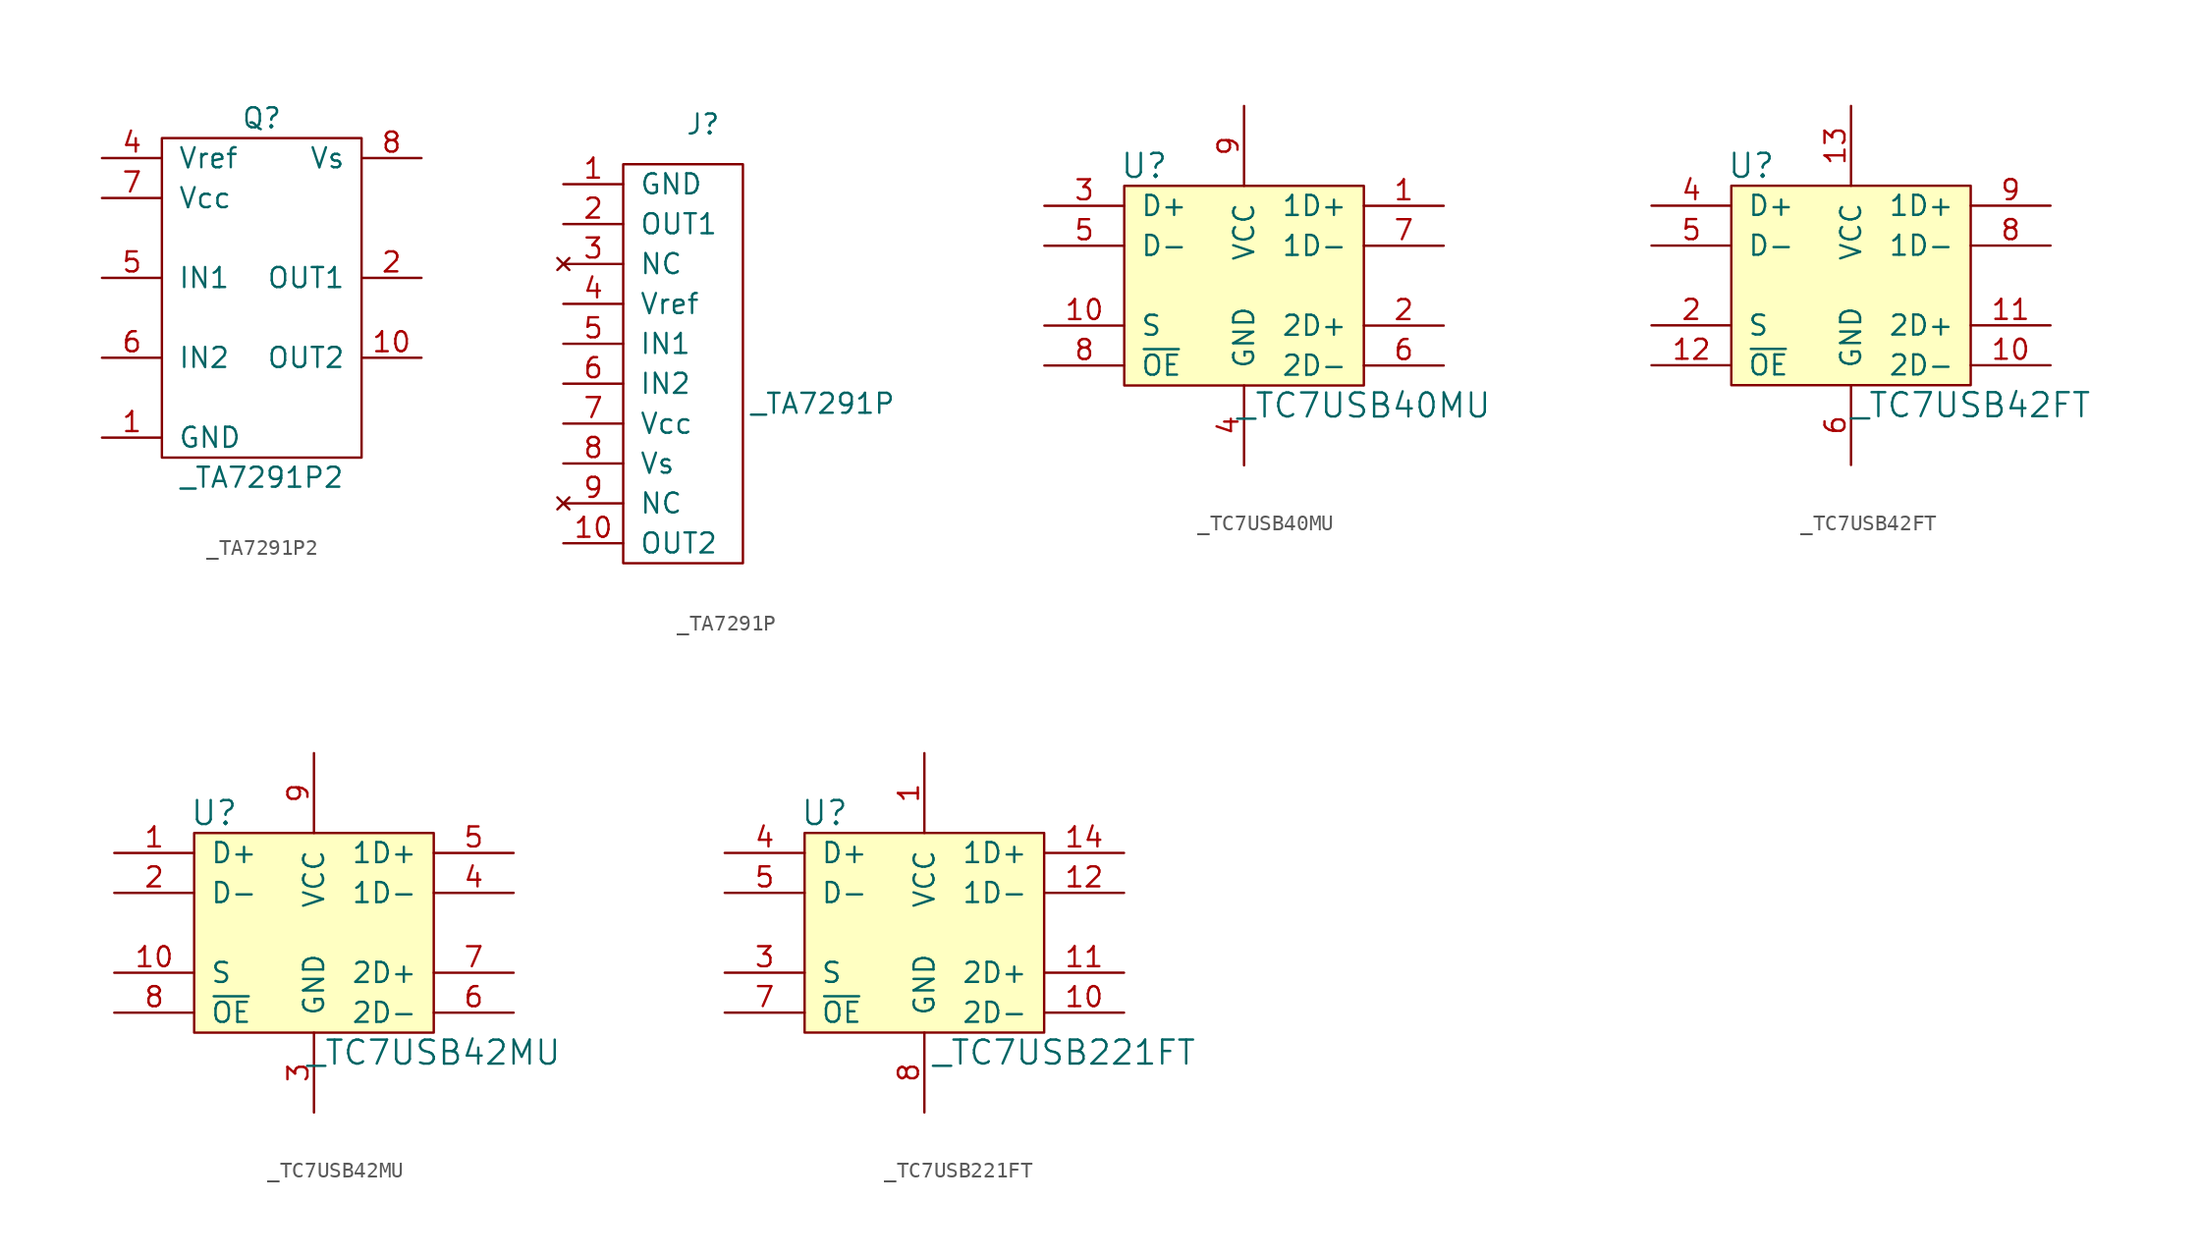
<source format=kicad_sym>
(kicad_symbol_lib
  (version 20220914)
  (generator kicad_symbol_editor)
  (symbol "_TA7291P2"
    (pin_names
      (offset 1.016))
    (property "Reference" "Q"
      (at 0 11.43 0)
      (effects (font (size 1.27 1.27))))
    (property "Value" "_TA7291P2"
      (at 0 -11.43 0)
      (effects (font (size 1.27 1.27))))
    (property "Footprint" ""
      (at 0 2.54 0)
      (effects (font (size 1.27 1.27))))
    (property "Datasheet" ""
      (at 0 2.54 0)
      (effects (font (size 1.27 1.27))))
    (symbol "_TA7291P2_1_1"
      (rectangle (start -6.35 10.16) (end 6.35 -10.16) (stroke (width 0) (type solid)) (fill (type none)))
      (pin passive line (at -10.16 -8.89 0) (length 3.81) (name "GND" (effects (font (size 1.27 1.27)))) (number "1" (effects (font (size 1.27 1.27)))))
      (pin passive line (at 10.16 -3.81 180) (length 3.81) (name "OUT2" (effects (font (size 1.27 1.27)))) (number "10" (effects (font (size 1.27 1.27)))))
      (pin passive line (at 10.16 1.27 180) (length 3.81) (name "OUT1" (effects (font (size 1.27 1.27)))) (number "2" (effects (font (size 1.27 1.27)))))
      (pin passive line (at -10.16 8.89 0) (length 3.81) (name "Vref" (effects (font (size 1.27 1.27)))) (number "4" (effects (font (size 1.27 1.27)))))
      (pin passive line (at -10.16 1.27 0) (length 3.81) (name "IN1" (effects (font (size 1.27 1.27)))) (number "5" (effects (font (size 1.27 1.27)))))
      (pin passive line (at -10.16 -3.81 0) (length 3.81) (name "IN2" (effects (font (size 1.27 1.27)))) (number "6" (effects (font (size 1.27 1.27)))))
      (pin passive line (at -10.16 6.35 0) (length 3.81) (name "Vcc" (effects (font (size 1.27 1.27)))) (number "7" (effects (font (size 1.27 1.27)))))
      (pin passive line (at 10.16 8.89 180) (length 3.81) (name "Vs" (effects (font (size 1.27 1.27)))) (number "8" (effects (font (size 1.27 1.27)))))))
  (symbol "_TA7291P"
    (pin_names
      (offset 1.016))
    (property "Reference" "J"
      (at 0 15.24 0)
      (effects (font (size 1.27 1.27))))
    (property "Value" "_TA7291P"
      (at 7.62 -2.54 0)
      (effects (font (size 1.27 1.27))))
    (property "Footprint" ""
      (at 0 0 0)
      (effects (font (size 1.27 1.27))))
    (property "Datasheet" ""
      (at 0 0 0)
      (effects (font (size 1.27 1.27))))
    (symbol "_TA7291P_0_1"
      (rectangle (start -5.08 12.7) (end 2.54 -12.7) (stroke (width 0) (type solid)) (fill (type none))))
    (symbol "_TA7291P_1_1"
      (pin passive line (at -8.89 11.43 0) (length 3.81) (name "GND" (effects (font (size 1.27 1.27)))) (number "1" (effects (font (size 1.27 1.27)))))
      (pin passive line (at -8.89 -11.43 0) (length 3.81) (name "OUT2" (effects (font (size 1.27 1.27)))) (number "10" (effects (font (size 1.27 1.27)))))
      (pin passive line (at -8.89 8.89 0) (length 3.81) (name "OUT1" (effects (font (size 1.27 1.27)))) (number "2" (effects (font (size 1.27 1.27)))))
      (pin no_connect line (at -8.89 6.35 0) (length 3.81) (name "NC" (effects (font (size 1.27 1.27)))) (number "3" (effects (font (size 1.27 1.27)))))
      (pin passive line (at -8.89 3.81 0) (length 3.81) (name "Vref" (effects (font (size 1.27 1.27)))) (number "4" (effects (font (size 1.27 1.27)))))
      (pin passive line (at -8.89 1.27 0) (length 3.81) (name "IN1" (effects (font (size 1.27 1.27)))) (number "5" (effects (font (size 1.27 1.27)))))
      (pin passive line (at -8.89 -1.27 0) (length 3.81) (name "IN2" (effects (font (size 1.27 1.27)))) (number "6" (effects (font (size 1.27 1.27)))))
      (pin passive line (at -8.89 -3.81 0) (length 3.81) (name "Vcc" (effects (font (size 1.27 1.27)))) (number "7" (effects (font (size 1.27 1.27)))))
      (pin passive line (at -8.89 -6.35 0) (length 3.81) (name "Vs" (effects (font (size 1.27 1.27)))) (number "8" (effects (font (size 1.27 1.27)))))
      (pin no_connect line (at -8.89 -8.89 0) (length 3.81) (name "NC" (effects (font (size 1.27 1.27)))) (number "9" (effects (font (size 1.27 1.27)))))))
  (symbol "_TC7USB40MU"
    (pin_names
      (offset 1.016))
    (property "Reference" "U"
      (at -6.35 7.62 0)
      (effects (font (size 1.524 1.524))))
    (property "Value" "_TC7USB40MU"
      (at 7.62 -7.62 0)
      (effects (font (size 1.524 1.524))))
    (symbol "_TC7USB40MU_0_1"
      (rectangle (start -7.62 6.35) (end 7.62 -6.35) (stroke (width 0) (type solid)) (fill (type background))))
    (symbol "_TC7USB40MU_1_1"
      (pin input line (at 12.7 5.08 180) (length 5.08) (name "1D+" (effects (font (size 1.27 1.27)))) (number "1" (effects (font (size 1.27 1.27)))))
      (pin input line (at -12.7 -2.54 0) (length 5.08) (name "S" (effects (font (size 1.27 1.27)))) (number "10" (effects (font (size 1.27 1.27)))))
      (pin input line (at 12.7 -2.54 180) (length 5.08) (name "2D+" (effects (font (size 1.27 1.27)))) (number "2" (effects (font (size 1.27 1.27)))))
      (pin input line (at -12.7 5.08 0) (length 5.08) (name "D+" (effects (font (size 1.27 1.27)))) (number "3" (effects (font (size 1.27 1.27)))))
      (pin input line (at 0 -11.43 90) (length 5.08) (name "GND" (effects (font (size 1.27 1.27)))) (number "4" (effects (font (size 1.27 1.27)))))
      (pin input line (at -12.7 2.54 0) (length 5.08) (name "D-" (effects (font (size 1.27 1.27)))) (number "5" (effects (font (size 1.27 1.27)))))
      (pin input line (at 12.7 -5.08 180) (length 5.08) (name "2D-" (effects (font (size 1.27 1.27)))) (number "6" (effects (font (size 1.27 1.27)))))
      (pin input line (at 12.7 2.54 180) (length 5.08) (name "1D-" (effects (font (size 1.27 1.27)))) (number "7" (effects (font (size 1.27 1.27)))))
      (pin input line (at -12.7 -5.08 0) (length 5.08) (name "~{OE}" (effects (font (size 1.27 1.27)))) (number "8" (effects (font (size 1.27 1.27)))))
      (pin input line (at 0 11.43 270) (length 5.08) (name "VCC" (effects (font (size 1.27 1.27)))) (number "9" (effects (font (size 1.27 1.27)))))))
  (symbol "_TC7USB42FT"
    (pin_names
      (offset 1.016))
    (property "Reference" "U"
      (at -6.35 7.62 0)
      (effects (font (size 1.524 1.524))))
    (property "Value" "_TC7USB42FT"
      (at 7.62 -7.62 0)
      (effects (font (size 1.524 1.524))))
    (symbol "_TC7USB42FT_0_1"
      (rectangle (start -7.62 6.35) (end 7.62 -6.35) (stroke (width 0) (type solid)) (fill (type background))))
    (symbol "_TC7USB42FT_1_1"
      (pin input line (at 12.7 -5.08 180) (length 5.08) (name "2D-" (effects (font (size 1.27 1.27)))) (number "10" (effects (font (size 1.27 1.27)))))
      (pin input line (at 12.7 -2.54 180) (length 5.08) (name "2D+" (effects (font (size 1.27 1.27)))) (number "11" (effects (font (size 1.27 1.27)))))
      (pin input line (at -12.7 -5.08 0) (length 5.08) (name "~{OE}" (effects (font (size 1.27 1.27)))) (number "12" (effects (font (size 1.27 1.27)))))
      (pin input line (at 0 11.43 270) (length 5.08) (name "VCC" (effects (font (size 1.27 1.27)))) (number "13" (effects (font (size 1.27 1.27)))))
      (pin input line (at -12.7 -2.54 0) (length 5.08) (name "S" (effects (font (size 1.27 1.27)))) (number "2" (effects (font (size 1.27 1.27)))))
      (pin input line (at -12.7 5.08 0) (length 5.08) (name "D+" (effects (font (size 1.27 1.27)))) (number "4" (effects (font (size 1.27 1.27)))))
      (pin input line (at -12.7 2.54 0) (length 5.08) (name "D-" (effects (font (size 1.27 1.27)))) (number "5" (effects (font (size 1.27 1.27)))))
      (pin input line (at 0 -11.43 90) (length 5.08) (name "GND" (effects (font (size 1.27 1.27)))) (number "6" (effects (font (size 1.27 1.27)))))
      (pin input line (at 12.7 2.54 180) (length 5.08) (name "1D-" (effects (font (size 1.27 1.27)))) (number "8" (effects (font (size 1.27 1.27)))))
      (pin input line (at 12.7 5.08 180) (length 5.08) (name "1D+" (effects (font (size 1.27 1.27)))) (number "9" (effects (font (size 1.27 1.27)))))))
  (symbol "_TC7USB42MU"
    (pin_names
      (offset 1.016))
    (property "Reference" "U"
      (at -6.35 7.62 0)
      (effects (font (size 1.524 1.524))))
    (property "Value" "_TC7USB42MU"
      (at 7.62 -7.62 0)
      (effects (font (size 1.524 1.524))))
    (symbol "_TC7USB42MU_0_1"
      (rectangle (start -7.62 6.35) (end 7.62 -6.35) (stroke (width 0) (type solid)) (fill (type background))))
    (symbol "_TC7USB42MU_1_1"
      (pin input line (at -12.7 5.08 0) (length 5.08) (name "D+" (effects (font (size 1.27 1.27)))) (number "1" (effects (font (size 1.27 1.27)))))
      (pin input line (at -12.7 -2.54 0) (length 5.08) (name "S" (effects (font (size 1.27 1.27)))) (number "10" (effects (font (size 1.27 1.27)))))
      (pin input line (at -12.7 2.54 0) (length 5.08) (name "D-" (effects (font (size 1.27 1.27)))) (number "2" (effects (font (size 1.27 1.27)))))
      (pin input line (at 0 -11.43 90) (length 5.08) (name "GND" (effects (font (size 1.27 1.27)))) (number "3" (effects (font (size 1.27 1.27)))))
      (pin input line (at 12.7 2.54 180) (length 5.08) (name "1D-" (effects (font (size 1.27 1.27)))) (number "4" (effects (font (size 1.27 1.27)))))
      (pin input line (at 12.7 5.08 180) (length 5.08) (name "1D+" (effects (font (size 1.27 1.27)))) (number "5" (effects (font (size 1.27 1.27)))))
      (pin input line (at 12.7 -5.08 180) (length 5.08) (name "2D-" (effects (font (size 1.27 1.27)))) (number "6" (effects (font (size 1.27 1.27)))))
      (pin input line (at 12.7 -2.54 180) (length 5.08) (name "2D+" (effects (font (size 1.27 1.27)))) (number "7" (effects (font (size 1.27 1.27)))))
      (pin input line (at -12.7 -5.08 0) (length 5.08) (name "~{OE}" (effects (font (size 1.27 1.27)))) (number "8" (effects (font (size 1.27 1.27)))))
      (pin input line (at 0 11.43 270) (length 5.08) (name "VCC" (effects (font (size 1.27 1.27)))) (number "9" (effects (font (size 1.27 1.27)))))))
  (symbol "_TC7USB221FT"
    (pin_names
      (offset 1.016))
    (property "Reference" "U"
      (at -6.35 7.62 0)
      (effects (font (size 1.524 1.524))))
    (property "Value" "_TC7USB221FT"
      (at 8.89 -7.62 0)
      (effects (font (size 1.524 1.524))))
    (symbol "_TC7USB221FT_0_1"
      (rectangle (start -7.62 6.35) (end 7.62 -6.35) (stroke (width 0) (type solid)) (fill (type background))))
    (symbol "_TC7USB221FT_1_1"
      (pin input line (at 0 11.43 270) (length 5.08) (name "VCC" (effects (font (size 1.27 1.27)))) (number "1" (effects (font (size 1.27 1.27)))))
      (pin bidirectional line (at 12.7 -5.08 180) (length 5.08) (name "2D-" (effects (font (size 1.27 1.27)))) (number "10" (effects (font (size 1.27 1.27)))))
      (pin bidirectional line (at 12.7 -2.54 180) (length 5.08) (name "2D+" (effects (font (size 1.27 1.27)))) (number "11" (effects (font (size 1.27 1.27)))))
      (pin bidirectional line (at 12.7 2.54 180) (length 5.08) (name "1D-" (effects (font (size 1.27 1.27)))) (number "12" (effects (font (size 1.27 1.27)))))
      (pin bidirectional line (at 12.7 5.08 180) (length 5.08) (name "1D+" (effects (font (size 1.27 1.27)))) (number "14" (effects (font (size 1.27 1.27)))))
      (pin input line (at -12.7 -2.54 0) (length 5.08) (name "S" (effects (font (size 1.27 1.27)))) (number "3" (effects (font (size 1.27 1.27)))))
      (pin bidirectional line (at -12.7 5.08 0) (length 5.08) (name "D+" (effects (font (size 1.27 1.27)))) (number "4" (effects (font (size 1.27 1.27)))))
      (pin bidirectional line (at -12.7 2.54 0) (length 5.08) (name "D-" (effects (font (size 1.27 1.27)))) (number "5" (effects (font (size 1.27 1.27)))))
      (pin input line (at -12.7 -5.08 0) (length 5.08) (name "~{OE}" (effects (font (size 1.27 1.27)))) (number "7" (effects (font (size 1.27 1.27)))))
      (pin input line (at 0 -11.43 90) (length 5.08) (name "GND" (effects (font (size 1.27 1.27)))) (number "8" (effects (font (size 1.27 1.27))))))))
</source>
